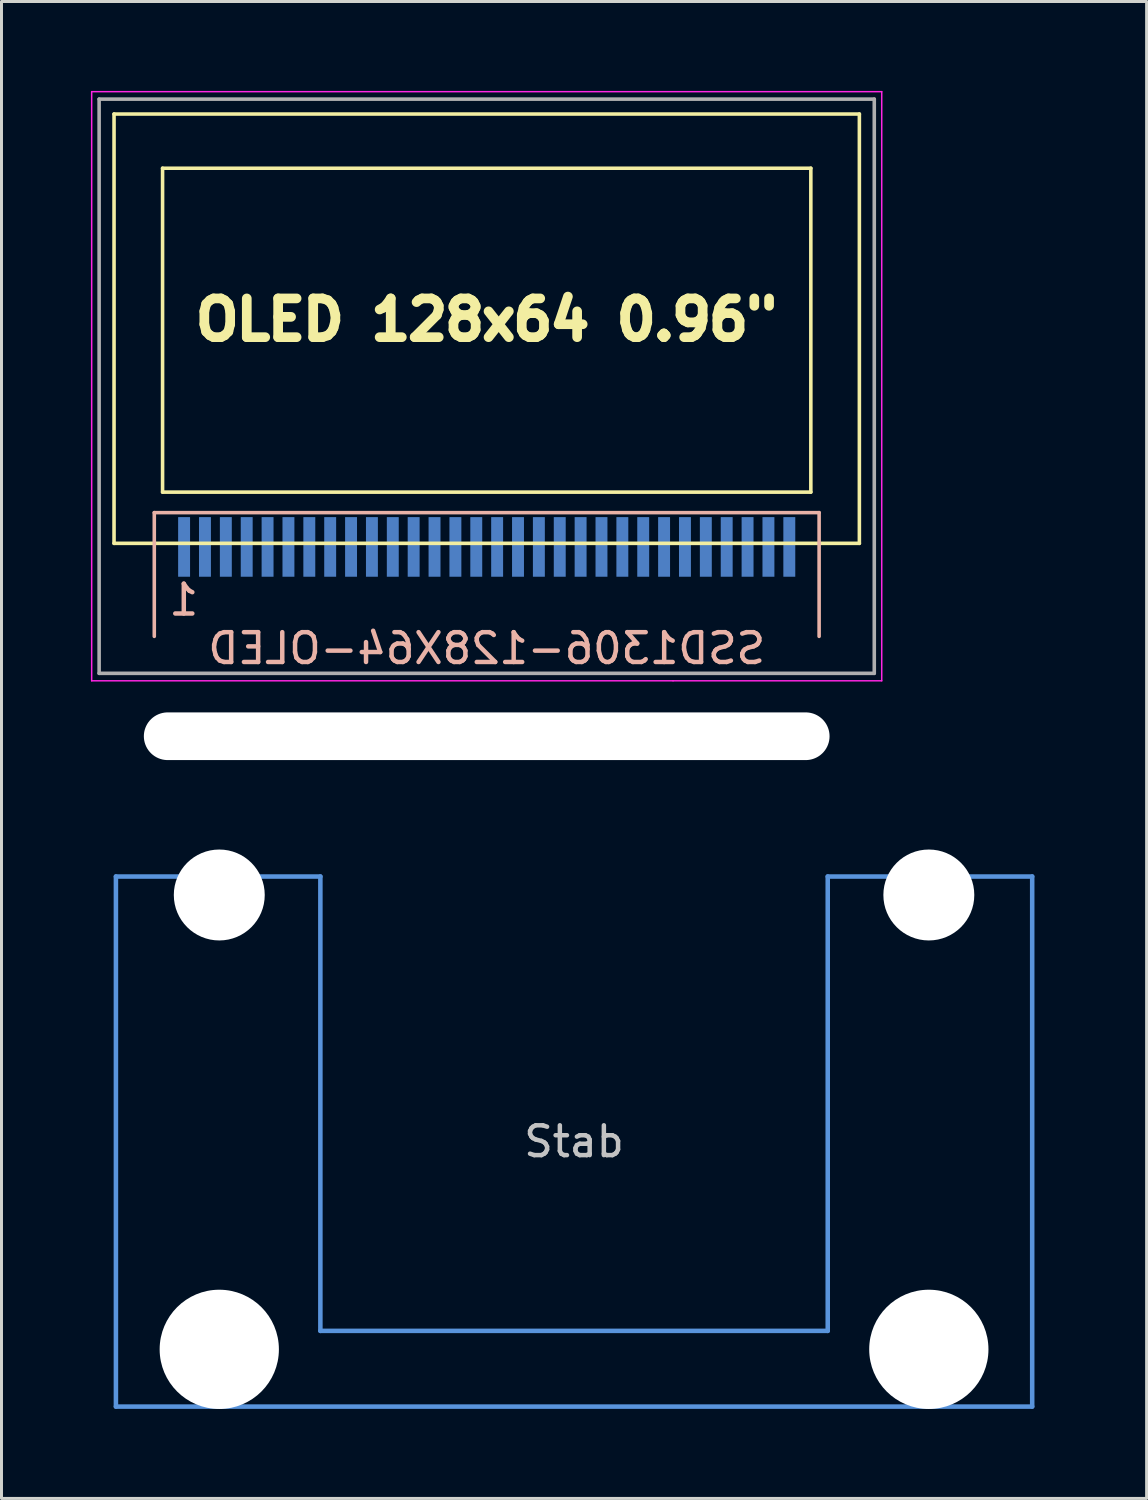
<source format=kicad_pcb>
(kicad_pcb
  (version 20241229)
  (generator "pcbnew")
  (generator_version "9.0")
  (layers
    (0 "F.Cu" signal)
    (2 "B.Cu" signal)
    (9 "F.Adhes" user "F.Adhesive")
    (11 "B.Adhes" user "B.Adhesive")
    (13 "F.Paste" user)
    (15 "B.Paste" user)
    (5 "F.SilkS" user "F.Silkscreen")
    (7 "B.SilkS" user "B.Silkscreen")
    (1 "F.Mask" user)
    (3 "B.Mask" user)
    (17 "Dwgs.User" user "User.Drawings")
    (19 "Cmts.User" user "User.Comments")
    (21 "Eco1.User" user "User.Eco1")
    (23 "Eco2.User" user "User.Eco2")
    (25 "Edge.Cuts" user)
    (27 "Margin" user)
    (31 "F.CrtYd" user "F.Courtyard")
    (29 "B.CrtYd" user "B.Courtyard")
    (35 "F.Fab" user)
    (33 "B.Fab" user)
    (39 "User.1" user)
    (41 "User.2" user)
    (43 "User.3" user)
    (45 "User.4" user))
  (footprint "SSD1306-128X64-OLED"
    (layer "F.Cu")
    (at 13.275 7.675)
    (property "Reference" "SSD1306-128X64-OLED" (at 0 11.024 0) (layer "B.SilkS") (effects (font (size 1 1) (thickness 0.15)) (justify mirror)))
    (attr through_hole)
    (fp_line (start -12.5 -6.9) (end -12.5 7.5) (stroke (width 0.12) (type solid)) (layer "F.SilkS"))
    (fp_line (start -12.5 -6.9) (end 12.5 -6.9) (stroke (width 0.12) (type solid)) (layer "F.SilkS"))
    (fp_line (start -12.5 7.5) (end 12.5 7.5) (stroke (width 0.12) (type solid)) (layer "F.SilkS"))
    (fp_line (start -10.872 5.782) (end -10.872 -5.082) (stroke (width 0.12) (type solid)) (layer "F.SilkS"))
    (fp_line (start 10.872 -5.082) (end -10.872 -5.082) (stroke (width 0.12) (type solid)) (layer "F.SilkS"))
    (fp_line (start 10.872 -5.082) (end 10.872 5.782) (stroke (width 0.12) (type solid)) (layer "F.SilkS"))
    (fp_line (start 10.872 5.782) (end -10.872 5.782) (stroke (width 0.12) (type solid)) (layer "F.SilkS"))
    (fp_line (start 12.5 7.5) (end 12.5 -6.9) (stroke (width 0.12) (type solid)) (layer "F.SilkS"))
    (fp_line (start -11.15 6.47) (end 11.15 6.47) (stroke (width 0.12) (type solid)) (layer "B.SilkS"))
    (fp_line (start -11.15 10.62) (end -11.15 6.47) (stroke (width 0.12) (type solid)) (layer "B.SilkS"))
    (fp_line (start 11.15 6.47) (end 11.15 10.62) (stroke (width 0.12) (type solid)) (layer "B.SilkS"))
    (fp_line (start -13.25 -7.65) (end -13.25 12.11) (stroke (width 0.05) (type solid)) (layer "F.CrtYd"))
    (fp_line (start -13.25 -7.65) (end 13.25 -7.65) (stroke (width 0.05) (type solid)) (layer "F.CrtYd"))
    (fp_line (start 6.25 12.11) (end -13.25 12.11) (stroke (width 0.05) (type solid)) (layer "F.CrtYd"))
    (fp_line (start 6.25 12.11) (end 13.25 12.11) (stroke (width 0.05) (type solid)) (layer "F.CrtYd"))
    (fp_line (start 13.25 -7.65) (end 13.25 12.11) (stroke (width 0.05) (type solid)) (layer "F.CrtYd"))
    (fp_line (start -13 -7.4) (end 13 -7.4) (stroke (width 0.12) (type solid)) (layer "F.Fab"))
    (fp_line (start -13 11.86) (end -13 -7.4) (stroke (width 0.12) (type solid)) (layer "F.Fab"))
    (fp_line (start -13 11.86) (end 13 11.86) (stroke (width 0.12) (type solid)) (layer "F.Fab"))
    (fp_line (start 13 11.86) (end 13 -7.4) (stroke (width 0.12) (type solid)) (layer "F.Fab"))
    (fp_text user "OLED 128x64 0.96\"" (at 0 0 0) (layer "F.SilkS") (effects (font (size 1.3 1.3) (thickness 0.325))))
    (fp_text user "1" (at -10.16 9.398 0) (layer "B.SilkS") (effects (font (size 1 1) (thickness 0.15)) (justify mirror)))
    (pad "" np_thru_hole oval (at 0 13.97) (size 23 1.6) (drill oval 23 1.6) (layers "*.Cu" "*.Mask"))
    (pad "1" smd rect (at -10.15 7.62) (size 0.4 2) (layers "B.Cu" "B.Mask" "B.Paste"))
    (pad "2" smd rect (at -9.45 7.62) (size 0.4 2) (layers "B.Cu" "B.Mask" "B.Paste"))
    (pad "3" smd rect (at -8.75 7.62) (size 0.4 2) (layers "B.Cu" "B.Mask" "B.Paste"))
    (pad "4" smd rect (at -8.05 7.62) (size 0.4 2) (layers "B.Cu" "B.Mask" "B.Paste"))
    (pad "5" smd rect (at -7.35 7.62) (size 0.4 2) (layers "B.Cu" "B.Mask" "B.Paste"))
    (pad "6" smd rect (at -6.65 7.62) (size 0.4 2) (layers "B.Cu" "B.Mask" "B.Paste"))
    (pad "7" smd rect (at -5.95 7.62) (size 0.4 2) (layers "B.Cu" "B.Mask" "B.Paste"))
    (pad "8" smd rect (at -5.25 7.62) (size 0.4 2) (layers "B.Cu" "B.Mask" "B.Paste"))
    (pad "9" smd rect (at -4.55 7.62) (size 0.4 2) (layers "B.Cu" "B.Mask" "B.Paste"))
    (pad "10" smd rect (at -3.85 7.62) (size 0.4 2) (layers "B.Cu" "B.Mask" "B.Paste"))
    (pad "11" smd rect (at -3.15 7.62) (size 0.4 2) (layers "B.Cu" "B.Mask" "B.Paste"))
    (pad "12" smd rect (at -2.45 7.62) (size 0.4 2) (layers "B.Cu" "B.Mask" "B.Paste"))
    (pad "13" smd rect (at -1.75 7.62) (size 0.4 2) (layers "B.Cu" "B.Mask" "B.Paste"))
    (pad "14" smd rect (at -1.05 7.62) (size 0.4 2) (layers "B.Cu" "B.Mask" "B.Paste"))
    (pad "15" smd rect (at -0.35 7.62) (size 0.4 2) (layers "B.Cu" "B.Mask" "B.Paste"))
    (pad "16" smd rect (at 0.35 7.62) (size 0.4 2) (layers "B.Cu" "B.Mask" "B.Paste"))
    (pad "17" smd rect (at 1.05 7.62) (size 0.4 2) (layers "B.Cu" "B.Mask" "B.Paste"))
    (pad "18" smd rect (at 1.75 7.62) (size 0.4 2) (layers "B.Cu" "B.Mask" "B.Paste"))
    (pad "19" smd rect (at 2.45 7.62) (size 0.4 2) (layers "B.Cu" "B.Mask" "B.Paste"))
    (pad "20" smd rect (at 3.15 7.62) (size 0.4 2) (layers "B.Cu" "B.Mask" "B.Paste"))
    (pad "21" smd rect (at 3.85 7.62) (size 0.4 2) (layers "B.Cu" "B.Mask" "B.Paste"))
    (pad "22" smd rect (at 4.55 7.62) (size 0.4 2) (layers "B.Cu" "B.Mask" "B.Paste"))
    (pad "23" smd rect (at 5.25 7.62) (size 0.4 2) (layers "B.Cu" "B.Mask" "B.Paste"))
    (pad "24" smd rect (at 5.95 7.62) (size 0.4 2) (layers "B.Cu" "B.Mask" "B.Paste"))
    (pad "25" smd rect (at 6.65 7.62) (size 0.4 2) (layers "B.Cu" "B.Mask" "B.Paste"))
    (pad "26" smd rect (at 7.35 7.62) (size 0.4 2) (layers "B.Cu" "B.Mask" "B.Paste"))
    (pad "27" smd rect (at 8.05 7.62) (size 0.4 2) (layers "B.Cu" "B.Mask" "B.Paste"))
    (pad "28" smd rect (at 8.75 7.62) (size 0.4 2) (layers "B.Cu" "B.Mask" "B.Paste"))
    (pad "29" smd rect (at 9.45 7.62) (size 0.4 2) (layers "B.Cu" "B.Mask" "B.Paste"))
    (pad "30" smd rect (at 10.15 7.62) (size 0.4 2) (layers "B.Cu" "B.Mask" "B.Paste")))
  (footprint "Stab"
    (layer "F.Cu")
    (at 16.205 33.97)
    (property "Reference" "Stab" (at 0 1.27 0) (layer "Dwgs.User") (effects (font (size 1 1) (thickness 0.15))))
    (attr through_hole)
    (fp_line (start -15.367 -7.62) (end -15.367 10.16) (stroke (width 0.152) (type solid)) (layer "Cmts.User"))
    (fp_line (start -15.367 10.16) (end 15.367 10.16) (stroke (width 0.152) (type solid)) (layer "Cmts.User"))
    (fp_line (start -8.509 -7.62) (end -15.367 -7.62) (stroke (width 0.152) (type solid)) (layer "Cmts.User"))
    (fp_line (start -8.509 7.62) (end -8.509 -7.62) (stroke (width 0.152) (type solid)) (layer "Cmts.User"))
    (fp_line (start 8.509 -7.62) (end 8.509 7.62) (stroke (width 0.152) (type solid)) (layer "Cmts.User"))
    (fp_line (start 8.509 7.62) (end -8.509 7.62) (stroke (width 0.152) (type solid)) (layer "Cmts.User"))
    (fp_line (start 15.367 -7.62) (end 8.509 -7.62) (stroke (width 0.152) (type solid)) (layer "Cmts.User"))
    (fp_line (start 15.367 10.16) (end 15.367 -7.62) (stroke (width 0.152) (type solid)) (layer "Cmts.User"))
    (fp_line (start -16.129 -2.286) (end -15.265 -2.286) (stroke (width 0.152) (type solid)) (layer "Eco2.User"))
    (fp_line (start -16.129 0.508) (end -16.129 -2.286) (stroke (width 0.152) (type solid)) (layer "Eco2.User"))
    (fp_line (start -15.265 -5.69) (end -8.611 -5.69) (stroke (width 0.152) (type solid)) (layer "Eco2.User"))
    (fp_line (start -15.265 -2.286) (end -15.265 -5.69) (stroke (width 0.152) (type solid)) (layer "Eco2.User"))
    (fp_line (start -15.265 0.508) (end -16.129 0.508) (stroke (width 0.152) (type solid)) (layer "Eco2.User"))
    (fp_line (start -15.265 6.604) (end -15.265 0.508) (stroke (width 0.152) (type solid)) (layer "Eco2.User"))
    (fp_line (start -14.224 6.604) (end -15.265 6.604) (stroke (width 0.152) (type solid)) (layer "Eco2.User"))
    (fp_line (start -14.224 7.772) (end -14.224 6.604) (stroke (width 0.152) (type solid)) (layer "Eco2.User"))
    (fp_line (start -9.652 6.604) (end -9.652 7.772) (stroke (width 0.152) (type solid)) (layer "Eco2.User"))
    (fp_line (start -9.652 7.772) (end -14.224 7.772) (stroke (width 0.152) (type solid)) (layer "Eco2.User"))
    (fp_line (start -8.611 -6.005) (end -6.985 -6.005) (stroke (width 0.152) (type solid)) (layer "Eco2.User"))
    (fp_line (start -8.611 -5.69) (end -8.611 -6.005) (stroke (width 0.152) (type solid)) (layer "Eco2.User"))
    (fp_line (start -8.611 6.005) (end -8.611 6.604) (stroke (width 0.152) (type solid)) (layer "Eco2.User"))
    (fp_line (start -8.611 6.604) (end -9.652 6.604) (stroke (width 0.152) (type solid)) (layer "Eco2.User"))
    (fp_line (start -6.985 -6.985) (end 6.985 -6.985) (stroke (width 0.152) (type solid)) (layer "Eco2.User"))
    (fp_line (start -6.985 -6.005) (end -6.985 -6.985) (stroke (width 0.152) (type solid)) (layer "Eco2.User"))
    (fp_line (start -6.985 -6.005) (end -6.985 -6.985) (stroke (width 0.152) (type solid)) (layer "Eco2.User"))
    (fp_line (start -6.985 6.005) (end -8.611 6.005) (stroke (width 0.152) (type solid)) (layer "Eco2.User"))
    (fp_line (start -6.985 6.985) (end -6.985 6.005) (stroke (width 0.152) (type solid)) (layer "Eco2.User"))
    (fp_line (start 6.985 -6.985) (end 6.985 -6.005) (stroke (width 0.152) (type solid)) (layer "Eco2.User"))
    (fp_line (start 6.985 -6.005) (end 8.611 -6.005) (stroke (width 0.152) (type solid)) (layer "Eco2.User"))
    (fp_line (start 6.985 6.005) (end 6.985 6.985) (stroke (width 0.152) (type solid)) (layer "Eco2.User"))
    (fp_line (start 6.985 6.985) (end -6.985 6.985) (stroke (width 0.152) (type solid)) (layer "Eco2.User"))
    (fp_line (start 8.611 -6.005) (end 8.611 -5.69) (stroke (width 0.152) (type solid)) (layer "Eco2.User"))
    (fp_line (start 8.611 -5.69) (end 15.265 -5.69) (stroke (width 0.152) (type solid)) (layer "Eco2.User"))
    (fp_line (start 8.611 6.005) (end 6.985 6.005) (stroke (width 0.152) (type solid)) (layer "Eco2.User"))
    (fp_line (start 8.611 6.604) (end 8.611 6.005) (stroke (width 0.152) (type solid)) (layer "Eco2.User"))
    (fp_line (start 9.652 6.604) (end 8.611 6.604) (stroke (width 0.152) (type solid)) (layer "Eco2.User"))
    (fp_line (start 9.652 7.772) (end 9.652 6.604) (stroke (width 0.152) (type solid)) (layer "Eco2.User"))
    (fp_line (start 14.224 6.604) (end 14.224 7.772) (stroke (width 0.152) (type solid)) (layer "Eco2.User"))
    (fp_line (start 14.224 7.772) (end 9.652 7.772) (stroke (width 0.152) (type solid)) (layer "Eco2.User"))
    (fp_line (start 15.265 -5.69) (end 15.265 -2.286) (stroke (width 0.152) (type solid)) (layer "Eco2.User"))
    (fp_line (start 15.265 -2.286) (end 16.129 -2.286) (stroke (width 0.152) (type solid)) (layer "Eco2.User"))
    (fp_line (start 15.265 0.508) (end 15.265 6.604) (stroke (width 0.152) (type solid)) (layer "Eco2.User"))
    (fp_line (start 15.265 6.604) (end 14.224 6.604) (stroke (width 0.152) (type solid)) (layer "Eco2.User"))
    (fp_line (start 16.129 -2.286) (end 16.129 0.508) (stroke (width 0.152) (type solid)) (layer "Eco2.User"))
    (fp_line (start 16.129 0.508) (end 15.265 0.508) (stroke (width 0.152) (type solid)) (layer "Eco2.User"))
    (fp_text user " " (at -5.08 6.35 0) (layer "Dwgs.User") (effects (font (size 1 1) (thickness 0.15))))
    (pad "" np_thru_hole circle (at -11.9 -7) (size 3.05 3.05) (drill 3.05) (layers "*.Cu" "*.Mask"))
    (pad "" np_thru_hole circle (at -11.9 8.24) (size 4 4) (drill 4) (layers "*.Cu" "*.Mask"))
    (pad "" np_thru_hole circle (at 11.9 -7) (size 3.05 3.05) (drill 3.05) (layers "*.Cu" "*.Mask"))
    (pad "" np_thru_hole circle (at 11.9 8.24) (size 4 4) (drill 4) (layers "*.Cu" "*.Mask")))
  (gr_rect
    (start -3 -3)
    (end 35.41 47.21)
    (stroke (width 0.1) (type default))
    (fill no)
    (layer "Edge.Cuts")))
</source>
